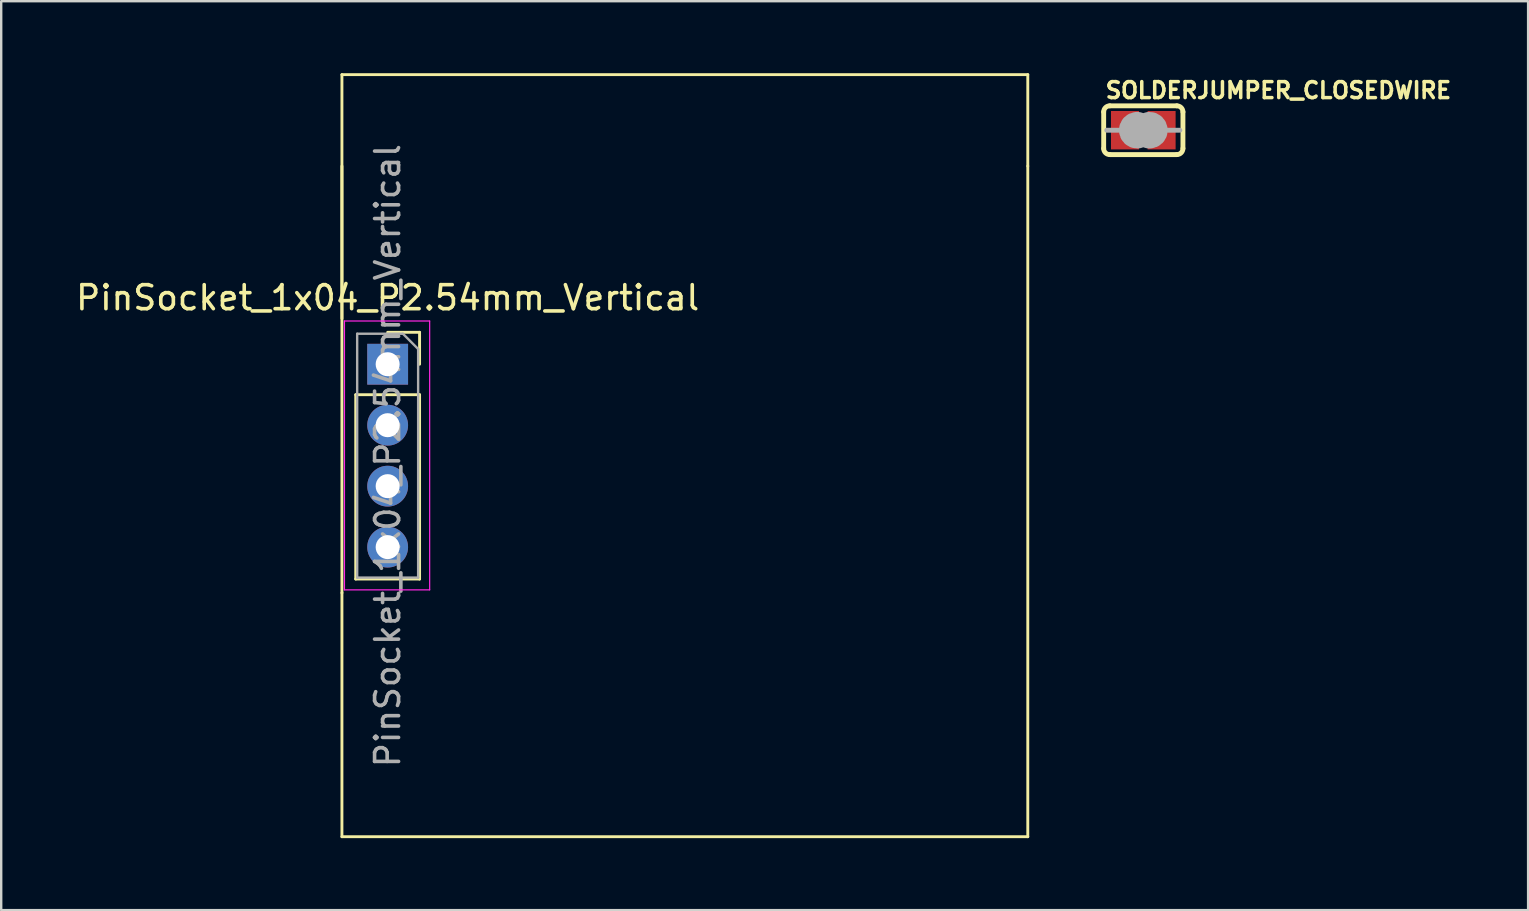
<source format=kicad_pcb>
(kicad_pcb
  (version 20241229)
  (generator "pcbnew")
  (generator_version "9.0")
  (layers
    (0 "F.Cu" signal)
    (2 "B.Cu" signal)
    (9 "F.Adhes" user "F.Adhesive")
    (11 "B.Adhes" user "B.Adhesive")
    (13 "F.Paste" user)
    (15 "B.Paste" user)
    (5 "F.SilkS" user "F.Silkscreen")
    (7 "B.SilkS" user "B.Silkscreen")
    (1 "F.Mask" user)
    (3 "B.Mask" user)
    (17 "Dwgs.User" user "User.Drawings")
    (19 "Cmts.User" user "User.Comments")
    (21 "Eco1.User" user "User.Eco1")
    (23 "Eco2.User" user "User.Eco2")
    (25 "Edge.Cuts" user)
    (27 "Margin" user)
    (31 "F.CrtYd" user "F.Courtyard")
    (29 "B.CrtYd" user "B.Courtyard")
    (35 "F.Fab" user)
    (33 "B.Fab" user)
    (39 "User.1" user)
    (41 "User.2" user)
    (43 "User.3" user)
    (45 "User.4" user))
  (footprint "PinSocket_1x04_P2.54mm_Vertical"
    (layer "F.Cu")
    (at 13.101 12.125)
    (property "Reference" "PinSocket_1x04_P2.54mm_Vertical" (at 0 -2.77 0) (layer "F.SilkS") (effects (font (size 1 1) (thickness 0.15))))
    (attr through_hole)
    (fp_line (start -1.905 -12.065) (end 26.67 -12.065) (stroke (width 0.12) (type solid)) (layer "F.SilkS"))
    (fp_line (start -1.905 -1.905) (end -1.905 -12.065) (stroke (width 0.12) (type solid)) (layer "F.SilkS"))
    (fp_line (start -1.905 9.525) (end -1.905 -8.255) (stroke (width 0.12) (type solid)) (layer "F.SilkS"))
    (fp_line (start -1.905 9.525) (end -1.905 19.685) (stroke (width 0.12) (type solid)) (layer "F.SilkS"))
    (fp_line (start -1.905 19.685) (end 26.67 19.685) (stroke (width 0.12) (type solid)) (layer "F.SilkS"))
    (fp_line (start -1.33 1.27) (end -1.33 8.95) (stroke (width 0.12) (type solid)) (layer "F.SilkS"))
    (fp_line (start -1.33 1.27) (end 1.33 1.27) (stroke (width 0.12) (type solid)) (layer "F.SilkS"))
    (fp_line (start -1.33 8.95) (end 1.33 8.95) (stroke (width 0.12) (type solid)) (layer "F.SilkS"))
    (fp_line (start 0 -1.33) (end 1.33 -1.33) (stroke (width 0.12) (type solid)) (layer "F.SilkS"))
    (fp_line (start 1.33 -1.33) (end 1.33 0) (stroke (width 0.12) (type solid)) (layer "F.SilkS"))
    (fp_line (start 1.33 1.27) (end 1.33 8.95) (stroke (width 0.12) (type solid)) (layer "F.SilkS"))
    (fp_line (start 26.67 -12.065) (end 26.67 -8.255) (stroke (width 0.12) (type solid)) (layer "F.SilkS"))
    (fp_line (start 26.67 19.685) (end 26.67 -8.255) (stroke (width 0.12) (type solid)) (layer "F.SilkS"))
    (fp_line (start -1.8 -1.8) (end 1.75 -1.8) (stroke (width 0.05) (type solid)) (layer "F.CrtYd"))
    (fp_line (start -1.8 9.4) (end -1.8 -1.8) (stroke (width 0.05) (type solid)) (layer "F.CrtYd"))
    (fp_line (start 1.75 -1.8) (end 1.75 9.4) (stroke (width 0.05) (type solid)) (layer "F.CrtYd"))
    (fp_line (start 1.75 9.4) (end -1.8 9.4) (stroke (width 0.05) (type solid)) (layer "F.CrtYd"))
    (fp_line (start -1.27 -1.27) (end 0.635 -1.27) (stroke (width 0.1) (type solid)) (layer "F.Fab"))
    (fp_line (start -1.27 8.89) (end -1.27 -1.27) (stroke (width 0.1) (type solid)) (layer "F.Fab"))
    (fp_line (start 0.635 -1.27) (end 1.27 -0.635) (stroke (width 0.1) (type solid)) (layer "F.Fab"))
    (fp_line (start 1.27 -0.635) (end 1.27 8.89) (stroke (width 0.1) (type solid)) (layer "F.Fab"))
    (fp_line (start 1.27 8.89) (end -1.27 8.89) (stroke (width 0.1) (type solid)) (layer "F.Fab"))
    (fp_text user "${REFERENCE}" (at 0 3.81 90) (layer "F.Fab") (effects (font (size 1 1) (thickness 0.15))))
    (pad "1" thru_hole rect (at 0 0) (size 1.7 1.7) (drill 1) (layers "*.Cu" "*.Mask"))
    (pad "2" thru_hole oval (at 0 2.54) (size 1.7 1.7) (drill 1) (layers "*.Cu" "*.Mask"))
    (pad "3" thru_hole oval (at 0 5.08) (size 1.7 1.7) (drill 1) (layers "*.Cu" "*.Mask"))
    (pad "4" thru_hole oval (at 0 7.62) (size 1.7 1.7) (drill 1) (layers "*.Cu" "*.Mask")))
  (footprint "SOLDERJUMPER_CLOSEDWIRE"
    (layer "F.Cu")
    (at 44.584 2.375)
    (property "Reference" "SOLDERJUMPER_CLOSEDWIRE" (at -1.651 -1.27 0) (layer "F.SilkS") (effects (font (size 0.666 0.666) (thickness 0.146)) (justify left bottom)))
    (fp_poly (pts (xy 1.397 0.889) (xy -1.397 0.889) (xy -1.397 -0.889) (xy 1.397 -0.889)) (stroke (width 0) (type solid)) (fill yes) (layer "F.Mask"))
    (fp_line (start -1.651 0.762) (end -1.651 -0.762) (stroke (width 0.203) (type solid)) (layer "F.SilkS"))
    (fp_line (start -1.397 -1.016) (end 1.397 -1.016) (stroke (width 0.203) (type solid)) (layer "F.SilkS"))
    (fp_line (start 1.397 1.016) (end -1.397 1.016) (stroke (width 0.203) (type solid)) (layer "F.SilkS"))
    (fp_line (start 1.651 0.762) (end 1.651 -0.762) (stroke (width 0.203) (type solid)) (layer "F.SilkS"))
    (fp_arc (start -1.651 -0.762) (mid -1.576605 -0.941605) (end -1.397 -1.016) (stroke (width 0.2032) (type solid)) (layer "F.SilkS"))
    (fp_arc (start -1.397 1.016) (mid -1.576605 0.941605) (end -1.651 0.762) (stroke (width 0.2032) (type solid)) (layer "F.SilkS"))
    (fp_arc (start 1.397 -1.016) (mid 1.576605 -0.941605) (end 1.651 -0.762) (stroke (width 0.2032) (type solid)) (layer "F.SilkS"))
    (fp_arc (start 1.651 0.762) (mid 1.576605 0.941605) (end 1.397 1.016) (stroke (width 0.2032) (type solid)) (layer "F.SilkS"))
    (fp_line (start -1.016 0) (end -1.524 0) (stroke (width 0.203) (type solid)) (layer "F.Fab"))
    (fp_line (start 1.016 0) (end 1.524 0) (stroke (width 0.203) (type solid)) (layer "F.Fab"))
    (fp_arc (start -0.254 0.127) (mid -0.381 0) (end -0.254 -0.127) (stroke (width 1.27) (type solid)) (layer "F.Fab"))
    (fp_arc (start 0.254 -0.127) (mid 0.381 0) (end 0.254 0.127) (stroke (width 1.27) (type solid)) (layer "F.Fab"))
    (pad "1" smd rect (at -0.762 0) (size 1.168 1.6) (layers "F.Cu" "F.Mask"))
    (pad "2" smd rect (at 0.762 0) (size 1.168 1.6) (layers "F.Cu" "F.Mask"))
    (pad "WIRE" smd rect (at 0 0) (size 0.635 0.203) (layers "F.Cu" "F.Mask")))
  (gr_rect
    (start -3 -3)
    (end 60.616 34.87)
    (stroke (width 0.1) (type default))
    (fill no)
    (layer "Edge.Cuts")))
</source>
